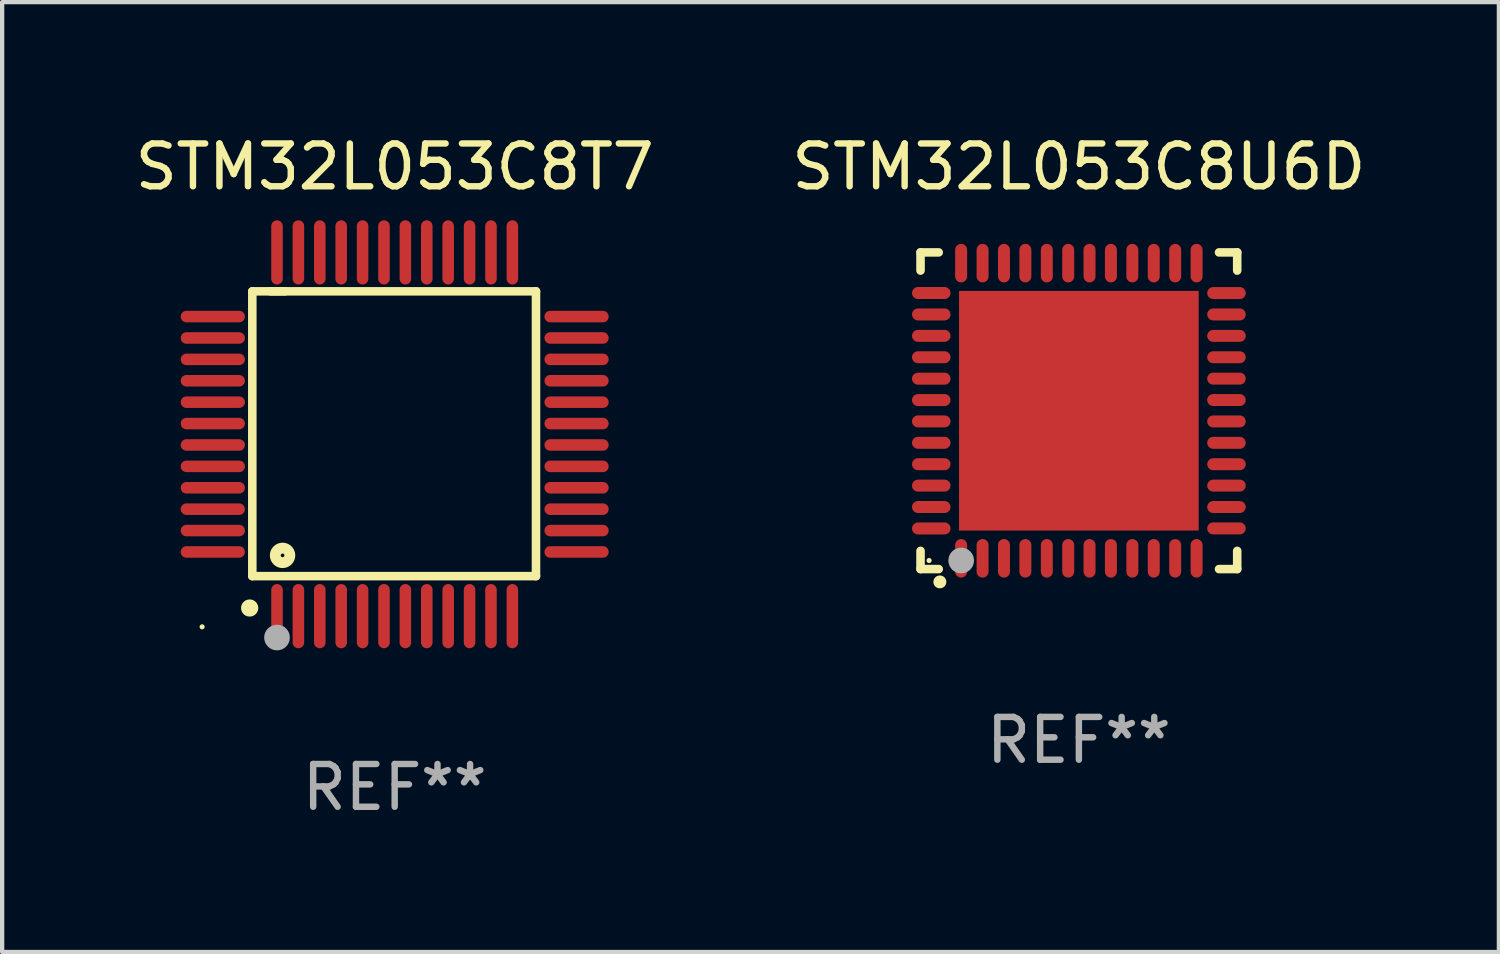
<source format=kicad_pcb>
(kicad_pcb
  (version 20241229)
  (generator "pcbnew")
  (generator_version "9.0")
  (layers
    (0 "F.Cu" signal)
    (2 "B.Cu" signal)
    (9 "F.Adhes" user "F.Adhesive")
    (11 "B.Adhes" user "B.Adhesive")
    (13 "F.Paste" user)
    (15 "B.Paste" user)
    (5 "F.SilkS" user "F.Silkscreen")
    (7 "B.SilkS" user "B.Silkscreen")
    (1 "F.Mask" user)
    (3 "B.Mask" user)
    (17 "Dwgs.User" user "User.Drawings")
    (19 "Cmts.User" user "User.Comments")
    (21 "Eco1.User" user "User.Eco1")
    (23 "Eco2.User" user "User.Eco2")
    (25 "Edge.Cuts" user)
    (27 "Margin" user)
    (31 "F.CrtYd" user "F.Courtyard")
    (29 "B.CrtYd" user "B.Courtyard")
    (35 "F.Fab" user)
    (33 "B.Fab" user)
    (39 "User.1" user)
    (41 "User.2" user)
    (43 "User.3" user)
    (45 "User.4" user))
  (footprint "STM32L053C8T7"
    (layer "F.Cu")
    (at 6.173 7.098)
    (property "Reference" "STM32L053C8T7" (at 0 -6.25 0) (layer "F.SilkS") (effects (font (size 1 1) (thickness 0.15))))
    (attr through_hole)
    (fp_line (start -3.327 -3.34) (end -2.565 -3.34) (stroke (width 0.2) (type solid)) (layer "F.SilkS"))
    (fp_line (start -3.327 3.315) (end -3.327 -3.34) (stroke (width 0.2) (type solid)) (layer "F.SilkS"))
    (fp_line (start -2.896 -3.34) (end 3.302 -3.34) (stroke (width 0.2) (type solid)) (layer "F.SilkS"))
    (fp_line (start 3.302 -3.34) (end 3.302 3.315) (stroke (width 0.2) (type solid)) (layer "F.SilkS"))
    (fp_line (start 3.302 3.315) (end -3.327 3.315) (stroke (width 0.2) (type solid)) (layer "F.SilkS"))
    (fp_arc (start -3.389992 4.059995) (mid -3.388722 4.059991) (end -3.387452 4.059995) (stroke (width 0.4) (type solid)) (layer "F.SilkS"))
    (fp_circle (center -4.5 4.5) (end -4.47 4.5) (stroke (width 0.06) (type solid)) (fill no) (layer "F.SilkS"))
    (fp_circle (center -2.62 2.83) (end -2.45 2.83) (stroke (width 0.254) (type solid)) (fill no) (layer "F.SilkS"))
    (fp_circle (center -2.75 4.75) (end -2.6 4.75) (stroke (width 0.3) (type solid)) (fill no) (layer "F.Fab"))
    (fp_text user "REF**" (at 0 8.25 0) (layer "F.Fab") (effects (font (size 1 1) (thickness 0.15))))
    (pad "1" smd oval (at -2.75 4.25) (size 0.27 1.5) (layers "F.Cu" "F.Mask" "F.Paste"))
    (pad "2" smd oval (at -2.25 4.25) (size 0.27 1.5) (layers "F.Cu" "F.Mask" "F.Paste"))
    (pad "3" smd oval (at -1.75 4.25) (size 0.27 1.5) (layers "F.Cu" "F.Mask" "F.Paste"))
    (pad "4" smd oval (at -1.25 4.25) (size 0.27 1.5) (layers "F.Cu" "F.Mask" "F.Paste"))
    (pad "5" smd oval (at -0.75 4.25) (size 0.27 1.5) (layers "F.Cu" "F.Mask" "F.Paste"))
    (pad "6" smd oval (at -0.25 4.25) (size 0.27 1.5) (layers "F.Cu" "F.Mask" "F.Paste"))
    (pad "7" smd oval (at 0.25 4.25) (size 0.27 1.5) (layers "F.Cu" "F.Mask" "F.Paste"))
    (pad "8" smd oval (at 0.75 4.25) (size 0.27 1.5) (layers "F.Cu" "F.Mask" "F.Paste"))
    (pad "9" smd oval (at 1.25 4.25) (size 0.27 1.5) (layers "F.Cu" "F.Mask" "F.Paste"))
    (pad "10" smd oval (at 1.75 4.25) (size 0.27 1.5) (layers "F.Cu" "F.Mask" "F.Paste"))
    (pad "11" smd oval (at 2.25 4.25) (size 0.27 1.5) (layers "F.Cu" "F.Mask" "F.Paste"))
    (pad "12" smd oval (at 2.75 4.25) (size 0.27 1.5) (layers "F.Cu" "F.Mask" "F.Paste"))
    (pad "13" smd oval (at 4.25 2.75) (size 1.5 0.27) (layers "F.Cu" "F.Mask" "F.Paste"))
    (pad "14" smd oval (at 4.25 2.25) (size 1.5 0.27) (layers "F.Cu" "F.Mask" "F.Paste"))
    (pad "15" smd oval (at 4.25 1.75) (size 1.5 0.27) (layers "F.Cu" "F.Mask" "F.Paste"))
    (pad "16" smd oval (at 4.25 1.25) (size 1.5 0.27) (layers "F.Cu" "F.Mask" "F.Paste"))
    (pad "17" smd oval (at 4.25 0.75) (size 1.5 0.27) (layers "F.Cu" "F.Mask" "F.Paste"))
    (pad "18" smd oval (at 4.25 0.25) (size 1.5 0.27) (layers "F.Cu" "F.Mask" "F.Paste"))
    (pad "19" smd oval (at 4.25 -0.25) (size 1.5 0.27) (layers "F.Cu" "F.Mask" "F.Paste"))
    (pad "20" smd oval (at 4.25 -0.75) (size 1.5 0.27) (layers "F.Cu" "F.Mask" "F.Paste"))
    (pad "21" smd oval (at 4.25 -1.25) (size 1.5 0.27) (layers "F.Cu" "F.Mask" "F.Paste"))
    (pad "22" smd oval (at 4.25 -1.75) (size 1.5 0.27) (layers "F.Cu" "F.Mask" "F.Paste"))
    (pad "23" smd oval (at 4.25 -2.25) (size 1.5 0.27) (layers "F.Cu" "F.Mask" "F.Paste"))
    (pad "24" smd oval (at 4.25 -2.75) (size 1.5 0.27) (layers "F.Cu" "F.Mask" "F.Paste"))
    (pad "25" smd oval (at 2.75 -4.25) (size 0.27 1.5) (layers "F.Cu" "F.Mask" "F.Paste"))
    (pad "26" smd oval (at 2.25 -4.25) (size 0.27 1.5) (layers "F.Cu" "F.Mask" "F.Paste"))
    (pad "27" smd oval (at 1.75 -4.25) (size 0.27 1.5) (layers "F.Cu" "F.Mask" "F.Paste"))
    (pad "28" smd oval (at 1.25 -4.25) (size 0.27 1.5) (layers "F.Cu" "F.Mask" "F.Paste"))
    (pad "29" smd oval (at 0.75 -4.25) (size 0.27 1.5) (layers "F.Cu" "F.Mask" "F.Paste"))
    (pad "30" smd oval (at 0.25 -4.25) (size 0.27 1.5) (layers "F.Cu" "F.Mask" "F.Paste"))
    (pad "31" smd oval (at -0.25 -4.25) (size 0.27 1.5) (layers "F.Cu" "F.Mask" "F.Paste"))
    (pad "32" smd oval (at -0.75 -4.25) (size 0.27 1.5) (layers "F.Cu" "F.Mask" "F.Paste"))
    (pad "33" smd oval (at -1.25 -4.25) (size 0.27 1.5) (layers "F.Cu" "F.Mask" "F.Paste"))
    (pad "34" smd oval (at -1.75 -4.25) (size 0.27 1.5) (layers "F.Cu" "F.Mask" "F.Paste"))
    (pad "35" smd oval (at -2.25 -4.25) (size 0.27 1.5) (layers "F.Cu" "F.Mask" "F.Paste"))
    (pad "36" smd oval (at -2.75 -4.25) (size 0.27 1.5) (layers "F.Cu" "F.Mask" "F.Paste"))
    (pad "37" smd oval (at -4.25 -2.75) (size 1.5 0.27) (layers "F.Cu" "F.Mask" "F.Paste"))
    (pad "38" smd oval (at -4.25 -2.25) (size 1.5 0.27) (layers "F.Cu" "F.Mask" "F.Paste"))
    (pad "39" smd oval (at -4.25 -1.75) (size 1.5 0.27) (layers "F.Cu" "F.Mask" "F.Paste"))
    (pad "40" smd oval (at -4.25 -1.25) (size 1.5 0.27) (layers "F.Cu" "F.Mask" "F.Paste"))
    (pad "41" smd oval (at -4.25 -0.75) (size 1.5 0.27) (layers "F.Cu" "F.Mask" "F.Paste"))
    (pad "42" smd oval (at -4.25 -0.25) (size 1.5 0.27) (layers "F.Cu" "F.Mask" "F.Paste"))
    (pad "43" smd oval (at -4.25 0.25) (size 1.5 0.27) (layers "F.Cu" "F.Mask" "F.Paste"))
    (pad "44" smd oval (at -4.25 0.75) (size 1.5 0.27) (layers "F.Cu" "F.Mask" "F.Paste"))
    (pad "45" smd oval (at -4.25 1.25) (size 1.5 0.27) (layers "F.Cu" "F.Mask" "F.Paste"))
    (pad "46" smd oval (at -4.25 1.75) (size 1.5 0.27) (layers "F.Cu" "F.Mask" "F.Paste"))
    (pad "47" smd oval (at -4.25 2.25) (size 1.5 0.27) (layers "F.Cu" "F.Mask" "F.Paste"))
    (pad "48" smd oval (at -4.25 2.75) (size 1.5 0.27) (layers "F.Cu" "F.Mask" "F.Paste")))
  (footprint "STM32L053C8U6D"
    (layer "F.Cu")
    (at 22.161 6.548)
    (property "Reference" "STM32L053C8U6D" (at 0 -5.7 0) (layer "F.SilkS") (effects (font (size 1 1) (thickness 0.15))))
    (attr through_hole)
    (fp_line (start -3.7 -3.7) (end -3.275 -3.7) (stroke (width 0.2) (type solid)) (layer "F.SilkS"))
    (fp_line (start -3.7 -3.275) (end -3.7 -3.7) (stroke (width 0.2) (type solid)) (layer "F.SilkS"))
    (fp_line (start -3.7 3.7) (end -3.7 3.275) (stroke (width 0.2) (type solid)) (layer "F.SilkS"))
    (fp_line (start -3.275 3.7) (end -3.7 3.7) (stroke (width 0.2) (type solid)) (layer "F.SilkS"))
    (fp_line (start 3.7 -3.7) (end 3.275 -3.7) (stroke (width 0.2) (type solid)) (layer "F.SilkS"))
    (fp_line (start 3.7 -3.275) (end 3.7 -3.7) (stroke (width 0.2) (type solid)) (layer "F.SilkS"))
    (fp_line (start 3.7 3.275) (end 3.7 3.7) (stroke (width 0.2) (type solid)) (layer "F.SilkS"))
    (fp_line (start 3.7 3.7) (end 3.275 3.7) (stroke (width 0.2) (type solid)) (layer "F.SilkS"))
    (fp_arc (start -3.249936 3.999975) (mid -3.248666 3.99997) (end -3.247396 3.999975) (stroke (width 0.3) (type solid)) (layer "F.SilkS"))
    (fp_circle (center -3.5 3.5) (end -3.47 3.5) (stroke (width 0.06) (type solid)) (fill no) (layer "F.SilkS"))
    (fp_circle (center -2.75 3.5) (end -2.6 3.5) (stroke (width 0.3) (type solid)) (fill no) (layer "F.Fab"))
    (fp_text user "REF**" (at 0 7.7 0) (layer "F.Fab") (effects (font (size 1 1) (thickness 0.15))))
    (pad "1" smd oval (at -2.751 3.449) (size 0.28 0.9) (layers "F.Cu" "F.Mask" "F.Paste"))
    (pad "2" smd oval (at -2.25 3.449) (size 0.28 0.9) (layers "F.Cu" "F.Mask" "F.Paste"))
    (pad "3" smd oval (at -1.75 3.449) (size 0.28 0.9) (layers "F.Cu" "F.Mask" "F.Paste"))
    (pad "4" smd oval (at -1.25 3.449) (size 0.28 0.9) (layers "F.Cu" "F.Mask" "F.Paste"))
    (pad "5" smd oval (at -0.749 3.449) (size 0.28 0.9) (layers "F.Cu" "F.Mask" "F.Paste"))
    (pad "6" smd oval (at -0.249 3.449) (size 0.28 0.9) (layers "F.Cu" "F.Mask" "F.Paste"))
    (pad "7" smd oval (at 0.249 3.449) (size 0.28 0.9) (layers "F.Cu" "F.Mask" "F.Paste"))
    (pad "8" smd oval (at 0.749 3.449) (size 0.28 0.9) (layers "F.Cu" "F.Mask" "F.Paste"))
    (pad "9" smd oval (at 1.25 3.449) (size 0.28 0.9) (layers "F.Cu" "F.Mask" "F.Paste"))
    (pad "10" smd oval (at 1.75 3.449) (size 0.28 0.9) (layers "F.Cu" "F.Mask" "F.Paste"))
    (pad "11" smd oval (at 2.251 3.449) (size 0.28 0.9) (layers "F.Cu" "F.Mask" "F.Paste"))
    (pad "12" smd oval (at 2.751 3.449) (size 0.28 0.9) (layers "F.Cu" "F.Mask" "F.Paste"))
    (pad "13" smd oval (at 3.449 2.75) (size 0.9 0.28) (layers "F.Cu" "F.Mask" "F.Paste"))
    (pad "14" smd oval (at 3.449 2.25) (size 0.9 0.28) (layers "F.Cu" "F.Mask" "F.Paste"))
    (pad "15" smd oval (at 3.449 1.75) (size 0.9 0.28) (layers "F.Cu" "F.Mask" "F.Paste"))
    (pad "16" smd oval (at 3.449 1.25) (size 0.9 0.28) (layers "F.Cu" "F.Mask" "F.Paste"))
    (pad "17" smd oval (at 3.449 0.75) (size 0.9 0.28) (layers "F.Cu" "F.Mask" "F.Paste"))
    (pad "18" smd oval (at 3.449 0.25) (size 0.9 0.28) (layers "F.Cu" "F.Mask" "F.Paste"))
    (pad "19" smd oval (at 3.449 -0.25) (size 0.9 0.28) (layers "F.Cu" "F.Mask" "F.Paste"))
    (pad "20" smd oval (at 3.449 -0.75) (size 0.9 0.28) (layers "F.Cu" "F.Mask" "F.Paste"))
    (pad "21" smd oval (at 3.449 -1.25) (size 0.9 0.28) (layers "F.Cu" "F.Mask" "F.Paste"))
    (pad "22" smd oval (at 3.449 -1.75) (size 0.9 0.28) (layers "F.Cu" "F.Mask" "F.Paste"))
    (pad "23" smd oval (at 3.449 -2.25) (size 0.9 0.28) (layers "F.Cu" "F.Mask" "F.Paste"))
    (pad "24" smd oval (at 3.449 -2.75) (size 0.9 0.28) (layers "F.Cu" "F.Mask" "F.Paste"))
    (pad "25" smd oval (at 2.751 -3.449) (size 0.28 0.9) (layers "F.Cu" "F.Mask" "F.Paste"))
    (pad "26" smd oval (at 2.251 -3.449) (size 0.28 0.9) (layers "F.Cu" "F.Mask" "F.Paste"))
    (pad "27" smd oval (at 1.75 -3.449) (size 0.28 0.9) (layers "F.Cu" "F.Mask" "F.Paste"))
    (pad "28" smd oval (at 1.25 -3.449) (size 0.28 0.9) (layers "F.Cu" "F.Mask" "F.Paste"))
    (pad "29" smd oval (at 0.749 -3.449) (size 0.28 0.9) (layers "F.Cu" "F.Mask" "F.Paste"))
    (pad "30" smd oval (at 0.249 -3.449) (size 0.28 0.9) (layers "F.Cu" "F.Mask" "F.Paste"))
    (pad "31" smd oval (at -0.249 -3.449) (size 0.28 0.9) (layers "F.Cu" "F.Mask" "F.Paste"))
    (pad "32" smd oval (at -0.749 -3.449) (size 0.28 0.9) (layers "F.Cu" "F.Mask" "F.Paste"))
    (pad "33" smd oval (at -1.25 -3.449) (size 0.28 0.9) (layers "F.Cu" "F.Mask" "F.Paste"))
    (pad "34" smd oval (at -1.75 -3.449) (size 0.28 0.9) (layers "F.Cu" "F.Mask" "F.Paste"))
    (pad "35" smd oval (at -2.25 -3.449) (size 0.28 0.9) (layers "F.Cu" "F.Mask" "F.Paste"))
    (pad "36" smd oval (at -2.751 -3.449) (size 0.28 0.9) (layers "F.Cu" "F.Mask" "F.Paste"))
    (pad "37" smd oval (at -3.449 -2.751) (size 0.9 0.28) (layers "F.Cu" "F.Mask" "F.Paste"))
    (pad "38" smd oval (at -3.449 -2.25) (size 0.9 0.28) (layers "F.Cu" "F.Mask" "F.Paste"))
    (pad "39" smd oval (at -3.449 -1.75) (size 0.9 0.28) (layers "F.Cu" "F.Mask" "F.Paste"))
    (pad "40" smd oval (at -3.449 -1.25) (size 0.9 0.28) (layers "F.Cu" "F.Mask" "F.Paste"))
    (pad "41" smd oval (at -3.449 -0.749) (size 0.9 0.28) (layers "F.Cu" "F.Mask" "F.Paste"))
    (pad "42" smd oval (at -3.449 -0.249) (size 0.9 0.28) (layers "F.Cu" "F.Mask" "F.Paste"))
    (pad "43" smd oval (at -3.449 0.249) (size 0.9 0.28) (layers "F.Cu" "F.Mask" "F.Paste"))
    (pad "44" smd oval (at -3.449 0.749) (size 0.9 0.28) (layers "F.Cu" "F.Mask" "F.Paste"))
    (pad "45" smd oval (at -3.449 1.25) (size 0.9 0.28) (layers "F.Cu" "F.Mask" "F.Paste"))
    (pad "46" smd oval (at -3.449 1.75) (size 0.9 0.28) (layers "F.Cu" "F.Mask" "F.Paste"))
    (pad "47" smd oval (at -3.449 2.25) (size 0.9 0.28) (layers "F.Cu" "F.Mask" "F.Paste"))
    (pad "48" smd oval (at -3.449 2.751) (size 0.9 0.28) (layers "F.Cu" "F.Mask" "F.Paste"))
    (pad "49" smd rect (at 0.000076 -0.000025) (size 5.6 5.6) (layers "F.Cu" "F.Mask" "F.Paste")))
  (gr_rect
    (start -3 -3)
    (end 31.976 19.196)
    (stroke (width 0.1) (type default))
    (fill no)
    (layer "Edge.Cuts")))
</source>
